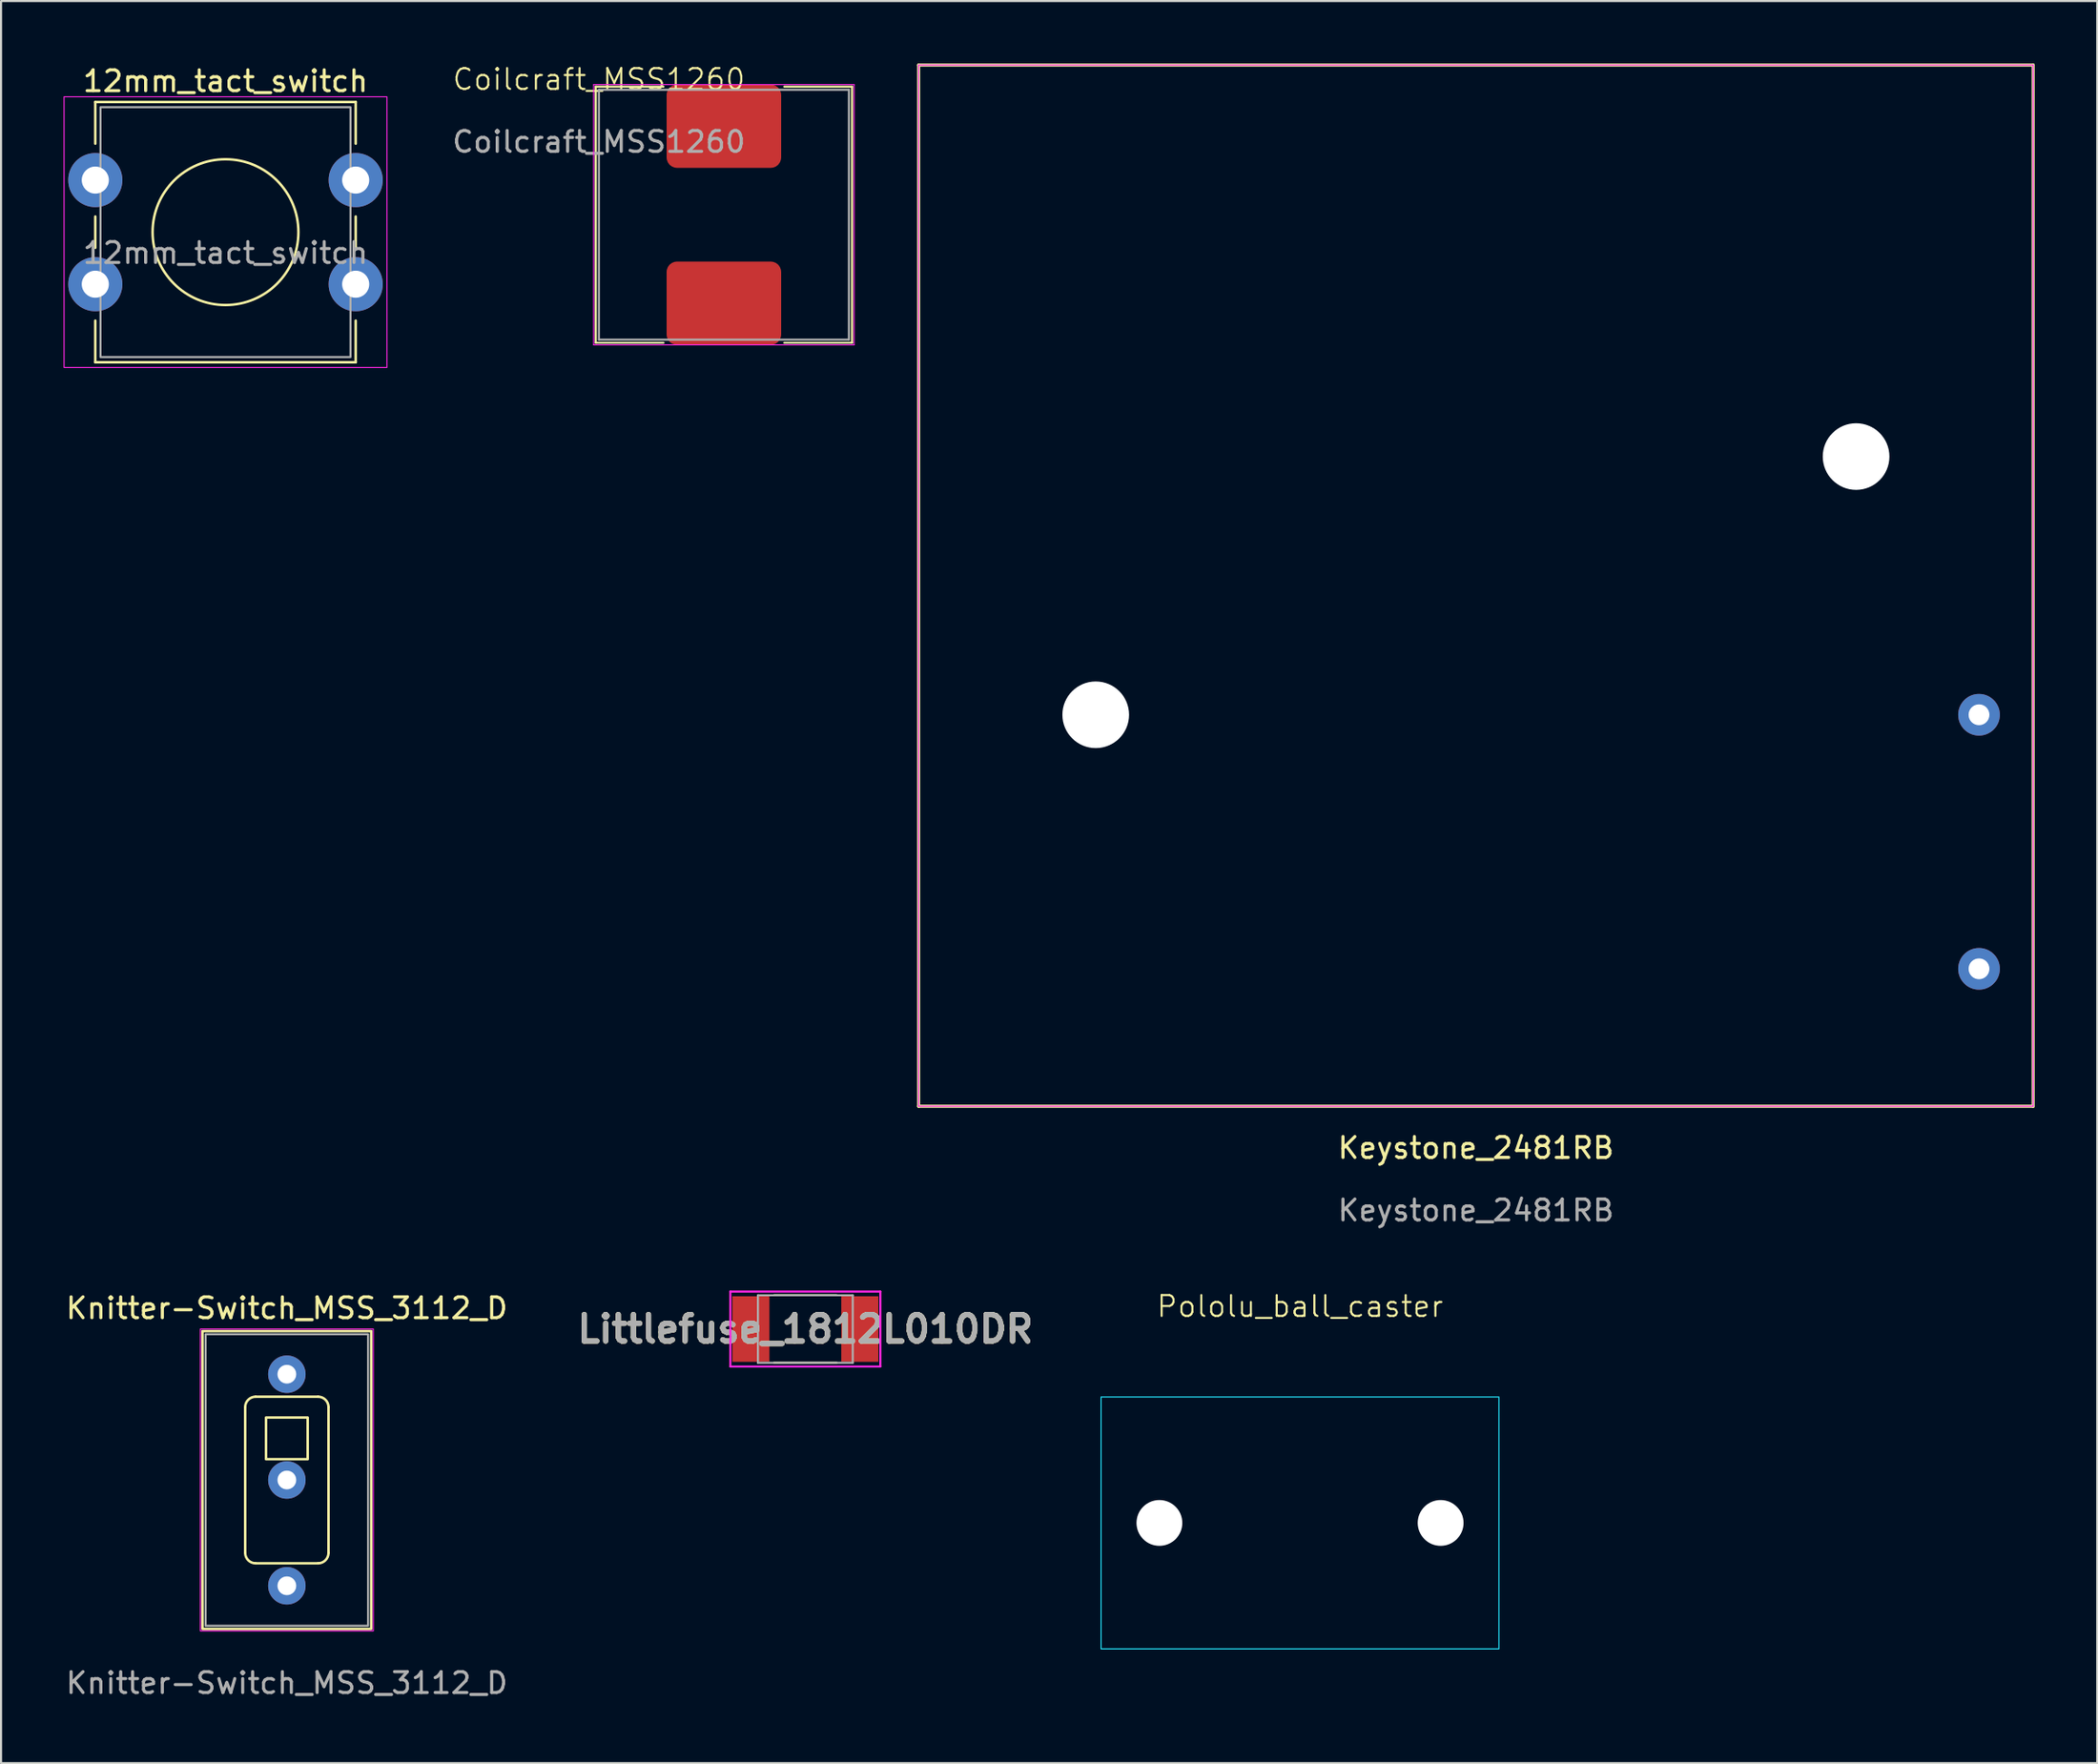
<source format=kicad_pcb>
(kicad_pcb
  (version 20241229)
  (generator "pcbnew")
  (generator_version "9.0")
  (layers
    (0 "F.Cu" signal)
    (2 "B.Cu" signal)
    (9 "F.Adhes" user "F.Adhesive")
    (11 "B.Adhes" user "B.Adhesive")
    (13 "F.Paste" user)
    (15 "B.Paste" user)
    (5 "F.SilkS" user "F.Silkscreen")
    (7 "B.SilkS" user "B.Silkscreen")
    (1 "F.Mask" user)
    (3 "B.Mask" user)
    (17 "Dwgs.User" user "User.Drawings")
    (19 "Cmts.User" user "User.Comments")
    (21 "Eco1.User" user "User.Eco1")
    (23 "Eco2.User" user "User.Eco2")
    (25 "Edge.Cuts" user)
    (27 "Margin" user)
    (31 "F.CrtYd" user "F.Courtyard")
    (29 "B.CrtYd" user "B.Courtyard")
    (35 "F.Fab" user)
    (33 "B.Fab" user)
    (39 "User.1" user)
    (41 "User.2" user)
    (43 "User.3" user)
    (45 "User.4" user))
  (footprint "Coilcraft_MSS1260"
    (layer "F.Cu")
    (at 31.699 7.261)
    (property "Reference" "Coilcraft_MSS1260" (at -6 -6.5 0) (unlocked yes) (layer "F.SilkS") (effects (font (size 1 1) (thickness 0.1))))
    (attr smd)
    (fp_line (start -6.15 -6.15) (end -2.9 -6.15) (stroke (width 0.1) (type default)) (layer "F.SilkS"))
    (fp_line (start -6.15 6.15) (end -6.15 -6.15) (stroke (width 0.1) (type default)) (layer "F.SilkS"))
    (fp_line (start -6.15 6.15) (end -2.9 6.15) (stroke (width 0.1) (type default)) (layer "F.SilkS"))
    (fp_line (start 6.15 -6.15) (end 2.9 -6.15) (stroke (width 0.1) (type default)) (layer "F.SilkS"))
    (fp_line (start 6.15 -6.15) (end 6.15 6.15) (stroke (width 0.1) (type default)) (layer "F.SilkS"))
    (fp_line (start 6.15 6.15) (end 2.9 6.15) (stroke (width 0.1) (type default)) (layer "F.SilkS"))
    (fp_line (start -6.25 -6.25) (end 6.25 -6.25) (stroke (width 0.05) (type default)) (layer "F.CrtYd"))
    (fp_line (start -6.25 6.25) (end -6.25 -6.25) (stroke (width 0.05) (type default)) (layer "F.CrtYd"))
    (fp_line (start 6.25 -6.25) (end 6.25 6.25) (stroke (width 0.05) (type default)) (layer "F.CrtYd"))
    (fp_line (start 6.25 6.25) (end -6.25 6.25) (stroke (width 0.05) (type default)) (layer "F.CrtYd"))
    (fp_line (start -6 -6) (end 6 -6) (stroke (width 0.1) (type default)) (layer "F.Fab"))
    (fp_line (start -6 6) (end -6 -6) (stroke (width 0.1) (type default)) (layer "F.Fab"))
    (fp_line (start 6 -6) (end 6 6) (stroke (width 0.1) (type default)) (layer "F.Fab"))
    (fp_line (start 6 6) (end -6 6) (stroke (width 0.1) (type default)) (layer "F.Fab"))
    (fp_text user "${REFERENCE}" (at -6 -3.5 0) (unlocked yes) (layer "F.Fab") (effects (font (size 1 1) (thickness 0.15))))
    (pad "1" smd roundrect (at 0 -4.25) (size 5.5 4) (layers "F.Cu" "F.Mask" "F.Paste") (roundrect_rratio 0.125))
    (pad "2" smd roundrect (at 0 4.25) (size 5.5 4) (layers "F.Cu" "F.Mask" "F.Paste") (roundrect_rratio 0.125)))
  (footprint "Knitter-Switch_MSS_3112_D"
    (layer "F.Cu")
    (at 10.72 68.022)
    (property "Reference" "Knitter-Switch_MSS_3112_D" (at 0 -8.25 0) (unlocked yes) (layer "F.SilkS") (effects (font (size 1 1) (thickness 0.15))))
    (attr through_hole)
    (fp_line (start -2 3.5) (end -2 -3.5) (stroke (width 0.12) (type default)) (layer "F.SilkS"))
    (fp_line (start -1.5 -4) (end 1.5 -4) (stroke (width 0.12) (type default)) (layer "F.SilkS"))
    (fp_line (start 1.5 4) (end -1.5 4) (stroke (width 0.12) (type default)) (layer "F.SilkS"))
    (fp_line (start 2 -3.5) (end 2 3.5) (stroke (width 0.12) (type default)) (layer "F.SilkS"))
    (fp_rect (start -4.05 -7.15) (end 4.05 7.15) (stroke (width 0.12) (type default)) (fill no) (layer "F.SilkS"))
    (fp_rect (start 1 -3) (end -1 -1) (stroke (width 0.12) (type default)) (fill no) (layer "F.SilkS"))
    (fp_arc (start -2 -3.5) (mid -1.853554 -3.853554) (end -1.5 -4) (stroke (width 0.12) (type default)) (layer "F.SilkS"))
    (fp_arc (start -1.499999 3.999999) (mid -1.853553 3.853553) (end -1.999999 3.499999) (stroke (width 0.12) (type default)) (layer "F.SilkS"))
    (fp_arc (start 1.5 -4) (mid 1.853554 -3.853554) (end 2 -3.5) (stroke (width 0.12) (type default)) (layer "F.SilkS"))
    (fp_arc (start 2 3.499999) (mid 1.853554 3.853553) (end 1.5 3.999999) (stroke (width 0.12) (type default)) (layer "F.SilkS"))
    (fp_rect (start -4.15 -7.25) (end 4.15 7.25) (stroke (width 0.05) (type default)) (fill no) (layer "F.CrtYd"))
    (fp_rect (start -3.9 -7) (end 3.9 7) (stroke (width 0.1) (type default)) (fill no) (layer "F.Fab"))
    (fp_text user "${REFERENCE}" (at 0 9.75 0) (unlocked yes) (layer "F.Fab") (effects (font (size 1 1) (thickness 0.15))))
    (pad "1" thru_hole circle (at 0 0) (size 1.8 1.8) (drill 0.9) (layers "*.Cu" "*.Mask"))
    (pad "2" thru_hole circle (at 0 -5.08) (size 1.8 1.8) (drill 0.9) (layers "*.Cu" "*.Mask"))
    (pad "3" thru_hole circle (at 0 5.08) (size 1.8 1.8) (drill 0.9) (layers "*.Cu" "*.Mask")))
  (footprint "Pololu_ball_caster"
    (layer "F.Cu")
    (at 59.355 70.084)
    (property "Reference" "Pololu_ball_caster" (at 0 -10.4 0) (unlocked yes) (layer "F.SilkS") (effects (font (size 1 1) (thickness 0.1))))
    (attr through_hole)
    (fp_rect (start -9.55 -6.05) (end 9.55 6.05) (stroke (width 0.05) (type default)) (fill no) (layer "B.CrtYd"))
    (pad "" np_thru_hole circle (at -6.75 0) (size 2.2 2.2) (drill 2.2) (layers "*.Cu" "*.Mask"))
    (pad "" np_thru_hole circle (at 6.75 0) (size 2.2 2.2) (drill 2.2) (layers "*.Cu" "*.Mask")))
  (footprint "Keystone_2481RB"
    (layer "F.Cu")
    (at 67.799 25.075)
    (property "Reference" "Keystone_2481RB" (at 0 27 0) (unlocked yes) (layer "F.SilkS") (effects (font (size 1 1) (thickness 0.15))))
    (attr through_hole)
    (fp_line (start -26.75 -25) (end 26.75 -25) (stroke (width 0.15) (type default)) (layer "F.SilkS"))
    (fp_line (start -26.75 25) (end -26.75 -25) (stroke (width 0.15) (type default)) (layer "F.SilkS"))
    (fp_line (start 26.75 -25) (end 26.75 25) (stroke (width 0.15) (type default)) (layer "F.SilkS"))
    (fp_line (start 26.75 25) (end -26.75 25) (stroke (width 0.15) (type default)) (layer "F.SilkS"))
    (fp_line (start -26.75 -25) (end 26.75 -25) (stroke (width 0.05) (type default)) (layer "F.CrtYd"))
    (fp_line (start -26.75 25) (end -26.75 -25) (stroke (width 0.05) (type default)) (layer "F.CrtYd"))
    (fp_line (start 26.75 -25) (end 26.75 25) (stroke (width 0.05) (type default)) (layer "F.CrtYd"))
    (fp_line (start 26.75 25) (end -26.75 25) (stroke (width 0.05) (type default)) (layer "F.CrtYd"))
    (fp_text user "${REFERENCE}" (at 0 30 0) (unlocked yes) (layer "F.Fab") (effects (font (size 1 1) (thickness 0.15))))
    (pad "" np_thru_hole circle (at -18.25 6.2) (size 3.2 3.2) (drill 3.2) (layers "*.Cu" "*.Mask"))
    (pad "" np_thru_hole circle (at 18.25 -6.2) (size 3.2 3.2) (drill 3.2) (layers "*.Cu" "*.Mask"))
    (pad "1" thru_hole circle (at 24.15 6.2) (size 2 2) (drill 1) (layers "*.Cu" "*.Mask"))
    (pad "2" thru_hole circle (at 24.15 18.4) (size 2 2) (drill 1) (layers "*.Cu" "*.Mask")))
  (footprint "Littlefuse_1812L010DR"
    (layer "F.Cu")
    (at 35.61 60.773)
    (property "Reference" "Littlefuse_1812L010DR" (at 0 0 0) (layer "F.SilkS") (effects (font (size 1.27 1.27) (thickness 0.254))))
    (attr smd)
    (fp_line (start -1.5 -1.62) (end 1.5 -1.62) (stroke (width 0.1) (type solid)) (layer "F.SilkS"))
    (fp_line (start -1.5 1.62) (end 1.5 1.62) (stroke (width 0.1) (type solid)) (layer "F.SilkS"))
    (fp_line (start -3.6 -1.8) (end 3.6 -1.8) (stroke (width 0.1) (type solid)) (layer "F.CrtYd"))
    (fp_line (start -3.6 1.8) (end -3.6 -1.8) (stroke (width 0.1) (type solid)) (layer "F.CrtYd"))
    (fp_line (start 3.6 -1.8) (end 3.6 1.8) (stroke (width 0.1) (type solid)) (layer "F.CrtYd"))
    (fp_line (start 3.6 1.8) (end -3.6 1.8) (stroke (width 0.1) (type solid)) (layer "F.CrtYd"))
    (fp_line (start -2.275 -1.62) (end 2.275 -1.62) (stroke (width 0.1) (type solid)) (layer "F.Fab"))
    (fp_line (start -2.275 1.62) (end -2.275 -1.62) (stroke (width 0.1) (type solid)) (layer "F.Fab"))
    (fp_line (start 2.275 -1.62) (end 2.275 1.62) (stroke (width 0.1) (type solid)) (layer "F.Fab"))
    (fp_line (start 2.275 1.62) (end -2.275 1.62) (stroke (width 0.1) (type solid)) (layer "F.Fab"))
    (fp_text user "${REFERENCE}" (at 0 0 0) (layer "F.Fab") (effects (font (size 1.27 1.27) (thickness 0.254))))
    (pad "1" smd rect (at -2.615 0) (size 1.78 3.15) (layers "F.Cu" "F.Mask" "F.Paste"))
    (pad "2" smd rect (at 2.615 0) (size 1.78 3.15) (layers "F.Cu" "F.Mask" "F.Paste")))
  (footprint "12mm_tact_switch"
    (layer "F.Cu")
    (at 7.775 8.098)
    (property "Reference" "12mm_tact_switch" (at 0 -7.25 0) (unlocked yes) (layer "F.SilkS") (effects (font (size 1 1) (thickness 0.15))))
    (attr through_hole)
    (fp_line (start -6.25 -6.25) (end -6.25 -4.25) (stroke (width 0.12) (type default)) (layer "F.SilkS"))
    (fp_line (start -6.25 -6.25) (end 6.25 -6.25) (stroke (width 0.12) (type default)) (layer "F.SilkS"))
    (fp_line (start -6.25 -0.75) (end -6.25 0.75) (stroke (width 0.12) (type default)) (layer "F.SilkS"))
    (fp_line (start -6.25 4.25) (end -6.25 6.25) (stroke (width 0.12) (type default)) (layer "F.SilkS"))
    (fp_line (start -6.25 6.25) (end 6.25 6.25) (stroke (width 0.12) (type default)) (layer "F.SilkS"))
    (fp_line (start 6.25 -6.25) (end 6.25 -4.25) (stroke (width 0.12) (type default)) (layer "F.SilkS"))
    (fp_line (start 6.25 -0.75) (end 6.25 0.75) (stroke (width 0.12) (type default)) (layer "F.SilkS"))
    (fp_line (start 6.25 6.25) (end 6.25 4.25) (stroke (width 0.12) (type default)) (layer "F.SilkS"))
    (fp_circle (center 0 0) (end 3.5 0) (stroke (width 0.12) (type default)) (fill no) (layer "F.SilkS"))
    (fp_rect (start -7.75 -6.5) (end 7.75 6.5) (stroke (width 0.05) (type default)) (fill no) (layer "F.CrtYd"))
    (fp_rect (start -6 -6) (end 6 6) (stroke (width 0.1) (type default)) (fill no) (layer "F.Fab"))
    (fp_text user "${REFERENCE}" (at 0 1 0) (unlocked yes) (layer "F.Fab") (effects (font (size 1 1) (thickness 0.15))))
    (pad "1" thru_hole circle (at -6.25 -2.5) (size 2.6 2.6) (drill 1.3) (layers "*.Cu" "*.Mask"))
    (pad "1" thru_hole circle (at 6.25 -2.5) (size 2.6 2.6) (drill 1.3) (layers "*.Cu" "*.Mask"))
    (pad "2" thru_hole circle (at -6.25 2.5) (size 2.6 2.6) (drill 1.3) (layers "*.Cu" "*.Mask"))
    (pad "2" thru_hole circle (at 6.25 2.5) (size 2.6 2.6) (drill 1.3) (layers "*.Cu" "*.Mask")))
  (gr_rect
    (start -3 -3)
    (end 97.624 81.62)
    (stroke (width 0.1) (type default))
    (fill no)
    (layer "Edge.Cuts")))
</source>
